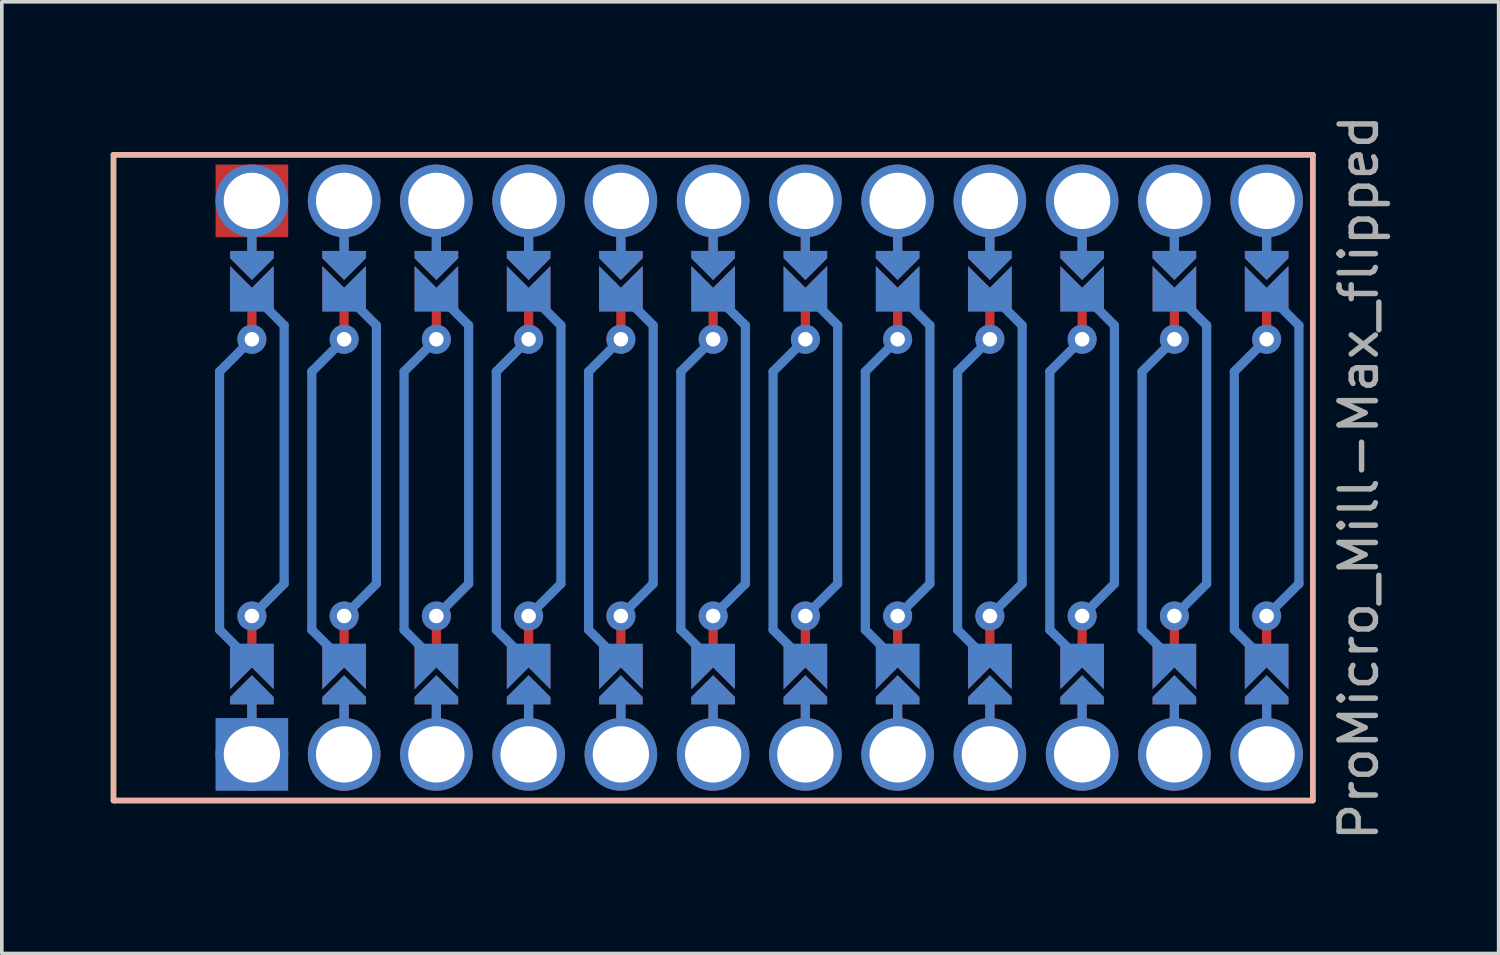
<source format=kicad_pcb>
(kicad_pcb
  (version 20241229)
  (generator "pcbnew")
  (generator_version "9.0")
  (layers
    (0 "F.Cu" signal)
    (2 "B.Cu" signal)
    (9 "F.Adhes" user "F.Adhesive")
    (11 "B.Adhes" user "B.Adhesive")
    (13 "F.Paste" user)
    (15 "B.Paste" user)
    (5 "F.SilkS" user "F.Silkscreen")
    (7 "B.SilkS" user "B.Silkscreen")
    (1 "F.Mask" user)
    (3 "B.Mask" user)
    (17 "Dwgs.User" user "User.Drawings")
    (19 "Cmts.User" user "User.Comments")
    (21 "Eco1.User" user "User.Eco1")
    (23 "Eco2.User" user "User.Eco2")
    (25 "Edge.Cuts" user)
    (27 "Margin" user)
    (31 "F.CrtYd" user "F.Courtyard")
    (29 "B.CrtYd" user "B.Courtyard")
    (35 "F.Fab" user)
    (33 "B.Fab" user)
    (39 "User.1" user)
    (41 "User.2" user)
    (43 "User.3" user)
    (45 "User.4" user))
  (footprint "ProMicro_Mill-Max_flipped"
    (layer "F.Cu")
    (at 17.855 10.101)
    (property "Reference" "ProMicro_Mill-Max_flipped" (at 16.51 0 90) (layer "F.Fab") (effects (font (size 1 1) (thickness 0.15))))
    (attr through_hole)
    (fp_line (start -13.97 -7.62) (end -13.97 -5.842) (stroke (width 0.254) (type default)) (layer "F.Cu"))
    (fp_line (start -13.97 -3.81) (end -13.97 -5.08) (stroke (width 0.254) (type default)) (layer "F.Cu"))
    (fp_line (start -13.97 3.81) (end -13.97 5.08) (stroke (width 0.254) (type default)) (layer "F.Cu"))
    (fp_line (start -13.97 7.62) (end -13.97 5.842) (stroke (width 0.254) (type default)) (layer "F.Cu"))
    (fp_line (start -11.43 -7.62) (end -11.43 -5.842) (stroke (width 0.254) (type default)) (layer "F.Cu"))
    (fp_line (start -11.43 -3.81) (end -11.43 -5.08) (stroke (width 0.254) (type default)) (layer "F.Cu"))
    (fp_line (start -11.43 3.81) (end -11.43 5.08) (stroke (width 0.254) (type default)) (layer "F.Cu"))
    (fp_line (start -11.43 7.62) (end -11.43 5.842) (stroke (width 0.254) (type default)) (layer "F.Cu"))
    (fp_line (start -8.89 -7.62) (end -8.89 -5.842) (stroke (width 0.254) (type default)) (layer "F.Cu"))
    (fp_line (start -8.89 -3.81) (end -8.89 -5.08) (stroke (width 0.254) (type default)) (layer "F.Cu"))
    (fp_line (start -8.89 3.81) (end -8.89 5.08) (stroke (width 0.254) (type default)) (layer "F.Cu"))
    (fp_line (start -8.89 7.62) (end -8.89 5.842) (stroke (width 0.254) (type default)) (layer "F.Cu"))
    (fp_line (start -6.35 -7.62) (end -6.35 -5.842) (stroke (width 0.254) (type default)) (layer "F.Cu"))
    (fp_line (start -6.35 -3.81) (end -6.35 -5.08) (stroke (width 0.254) (type default)) (layer "F.Cu"))
    (fp_line (start -6.35 3.81) (end -6.35 5.08) (stroke (width 0.254) (type default)) (layer "F.Cu"))
    (fp_line (start -6.35 7.62) (end -6.35 5.842) (stroke (width 0.254) (type default)) (layer "F.Cu"))
    (fp_line (start -3.81 -7.62) (end -3.81 -5.842) (stroke (width 0.254) (type default)) (layer "F.Cu"))
    (fp_line (start -3.81 -3.81) (end -3.81 -5.08) (stroke (width 0.254) (type default)) (layer "F.Cu"))
    (fp_line (start -3.81 3.81) (end -3.81 5.08) (stroke (width 0.254) (type default)) (layer "F.Cu"))
    (fp_line (start -3.81 7.62) (end -3.81 5.842) (stroke (width 0.254) (type default)) (layer "F.Cu"))
    (fp_line (start -1.27 -7.62) (end -1.27 -5.842) (stroke (width 0.254) (type default)) (layer "F.Cu"))
    (fp_line (start -1.27 -3.81) (end -1.27 -5.08) (stroke (width 0.254) (type default)) (layer "F.Cu"))
    (fp_line (start -1.27 3.81) (end -1.27 5.08) (stroke (width 0.254) (type default)) (layer "F.Cu"))
    (fp_line (start -1.27 7.62) (end -1.27 5.842) (stroke (width 0.254) (type default)) (layer "F.Cu"))
    (fp_line (start 1.27 -7.62) (end 1.27 -5.842) (stroke (width 0.254) (type default)) (layer "F.Cu"))
    (fp_line (start 1.27 -3.81) (end 1.27 -5.08) (stroke (width 0.254) (type default)) (layer "F.Cu"))
    (fp_line (start 1.27 3.81) (end 1.27 5.08) (stroke (width 0.254) (type default)) (layer "F.Cu"))
    (fp_line (start 1.27 7.62) (end 1.27 5.842) (stroke (width 0.254) (type default)) (layer "F.Cu"))
    (fp_line (start 3.81 -7.62) (end 3.81 -5.842) (stroke (width 0.254) (type default)) (layer "F.Cu"))
    (fp_line (start 3.81 -3.81) (end 3.81 -5.08) (stroke (width 0.254) (type default)) (layer "F.Cu"))
    (fp_line (start 3.81 3.81) (end 3.81 5.08) (stroke (width 0.254) (type default)) (layer "F.Cu"))
    (fp_line (start 3.81 7.62) (end 3.81 5.842) (stroke (width 0.254) (type default)) (layer "F.Cu"))
    (fp_line (start 6.35 -7.62) (end 6.35 -5.842) (stroke (width 0.254) (type default)) (layer "F.Cu"))
    (fp_line (start 6.35 -3.81) (end 6.35 -5.08) (stroke (width 0.254) (type default)) (layer "F.Cu"))
    (fp_line (start 6.35 3.81) (end 6.35 5.08) (stroke (width 0.254) (type default)) (layer "F.Cu"))
    (fp_line (start 6.35 7.62) (end 6.35 5.842) (stroke (width 0.254) (type default)) (layer "F.Cu"))
    (fp_line (start 8.89 -7.62) (end 8.89 -5.842) (stroke (width 0.254) (type default)) (layer "F.Cu"))
    (fp_line (start 8.89 -3.81) (end 8.89 -5.08) (stroke (width 0.254) (type default)) (layer "F.Cu"))
    (fp_line (start 8.89 3.81) (end 8.89 5.08) (stroke (width 0.254) (type default)) (layer "F.Cu"))
    (fp_line (start 8.89 7.62) (end 8.89 5.842) (stroke (width 0.254) (type default)) (layer "F.Cu"))
    (fp_line (start 11.43 -7.62) (end 11.43 -5.842) (stroke (width 0.254) (type default)) (layer "F.Cu"))
    (fp_line (start 11.43 -3.81) (end 11.43 -5.08) (stroke (width 0.254) (type default)) (layer "F.Cu"))
    (fp_line (start 11.43 3.81) (end 11.43 5.08) (stroke (width 0.254) (type default)) (layer "F.Cu"))
    (fp_line (start 11.43 7.62) (end 11.43 5.842) (stroke (width 0.254) (type default)) (layer "F.Cu"))
    (fp_line (start 13.97 -7.62) (end 13.97 -5.842) (stroke (width 0.254) (type default)) (layer "F.Cu"))
    (fp_line (start 13.97 -3.81) (end 13.97 -5.08) (stroke (width 0.254) (type default)) (layer "F.Cu"))
    (fp_line (start 13.97 3.81) (end 13.97 5.08) (stroke (width 0.254) (type default)) (layer "F.Cu"))
    (fp_line (start 13.97 7.62) (end 13.97 5.842) (stroke (width 0.254) (type default)) (layer "F.Cu"))
    (fp_poly (pts (xy -14.478 -5.08) (xy -13.462 -5.08) (xy -13.462 -6.096) (xy -14.478 -6.096)) (stroke (width 0.2) (type solid)) (fill yes) (layer "F.Mask"))
    (fp_poly (pts (xy -13.462 5.08) (xy -14.478 5.08) (xy -14.478 6.096) (xy -13.462 6.096)) (stroke (width 0.2) (type solid)) (fill yes) (layer "F.Mask"))
    (fp_poly (pts (xy -11.938 -5.08) (xy -10.922 -5.08) (xy -10.922 -6.096) (xy -11.938 -6.096)) (stroke (width 0.2) (type solid)) (fill yes) (layer "F.Mask"))
    (fp_poly (pts (xy -10.922 5.08) (xy -11.938 5.08) (xy -11.938 6.096) (xy -10.922 6.096)) (stroke (width 0.2) (type solid)) (fill yes) (layer "F.Mask"))
    (fp_poly (pts (xy -9.398 -5.08) (xy -8.382 -5.08) (xy -8.382 -6.096) (xy -9.398 -6.096)) (stroke (width 0.2) (type solid)) (fill yes) (layer "F.Mask"))
    (fp_poly (pts (xy -8.382 5.08) (xy -9.398 5.08) (xy -9.398 6.096) (xy -8.382 6.096)) (stroke (width 0.2) (type solid)) (fill yes) (layer "F.Mask"))
    (fp_poly (pts (xy -6.858 -5.08) (xy -5.842 -5.08) (xy -5.842 -6.096) (xy -6.858 -6.096)) (stroke (width 0.2) (type solid)) (fill yes) (layer "F.Mask"))
    (fp_poly (pts (xy -5.842 5.08) (xy -6.858 5.08) (xy -6.858 6.096) (xy -5.842 6.096)) (stroke (width 0.2) (type solid)) (fill yes) (layer "F.Mask"))
    (fp_poly (pts (xy -4.318 -5.08) (xy -3.302 -5.08) (xy -3.302 -6.096) (xy -4.318 -6.096)) (stroke (width 0.2) (type solid)) (fill yes) (layer "F.Mask"))
    (fp_poly (pts (xy -3.302 5.08) (xy -4.318 5.08) (xy -4.318 6.096) (xy -3.302 6.096)) (stroke (width 0.2) (type solid)) (fill yes) (layer "F.Mask"))
    (fp_poly (pts (xy -1.778 -5.08) (xy -0.762 -5.08) (xy -0.762 -6.096) (xy -1.778 -6.096)) (stroke (width 0.2) (type solid)) (fill yes) (layer "F.Mask"))
    (fp_poly (pts (xy -0.762 5.08) (xy -1.778 5.08) (xy -1.778 6.096) (xy -0.762 6.096)) (stroke (width 0.2) (type solid)) (fill yes) (layer "F.Mask"))
    (fp_poly (pts (xy 0.762 -5.08) (xy 1.778 -5.08) (xy 1.778 -6.096) (xy 0.762 -6.096)) (stroke (width 0.2) (type solid)) (fill yes) (layer "F.Mask"))
    (fp_poly (pts (xy 1.778 5.08) (xy 0.762 5.08) (xy 0.762 6.096) (xy 1.778 6.096)) (stroke (width 0.2) (type solid)) (fill yes) (layer "F.Mask"))
    (fp_poly (pts (xy 3.302 -5.08) (xy 4.318 -5.08) (xy 4.318 -6.096) (xy 3.302 -6.096)) (stroke (width 0.2) (type solid)) (fill yes) (layer "F.Mask"))
    (fp_poly (pts (xy 4.318 5.08) (xy 3.302 5.08) (xy 3.302 6.096) (xy 4.318 6.096)) (stroke (width 0.2) (type solid)) (fill yes) (layer "F.Mask"))
    (fp_poly (pts (xy 5.842 -5.08) (xy 6.858 -5.08) (xy 6.858 -6.096) (xy 5.842 -6.096)) (stroke (width 0.2) (type solid)) (fill yes) (layer "F.Mask"))
    (fp_poly (pts (xy 6.858 5.08) (xy 5.842 5.08) (xy 5.842 6.096) (xy 6.858 6.096)) (stroke (width 0.2) (type solid)) (fill yes) (layer "F.Mask"))
    (fp_poly (pts (xy 8.382 -5.08) (xy 9.398 -5.08) (xy 9.398 -6.096) (xy 8.382 -6.096)) (stroke (width 0.2) (type solid)) (fill yes) (layer "F.Mask"))
    (fp_poly (pts (xy 9.398 5.08) (xy 8.382 5.08) (xy 8.382 6.096) (xy 9.398 6.096)) (stroke (width 0.2) (type solid)) (fill yes) (layer "F.Mask"))
    (fp_poly (pts (xy 10.922 -5.08) (xy 11.938 -5.08) (xy 11.938 -6.096) (xy 10.922 -6.096)) (stroke (width 0.2) (type solid)) (fill yes) (layer "F.Mask"))
    (fp_poly (pts (xy 11.938 5.08) (xy 10.922 5.08) (xy 10.922 6.096) (xy 11.938 6.096)) (stroke (width 0.2) (type solid)) (fill yes) (layer "F.Mask"))
    (fp_poly (pts (xy 13.462 -5.08) (xy 14.478 -5.08) (xy 14.478 -6.096) (xy 13.462 -6.096)) (stroke (width 0.2) (type solid)) (fill yes) (layer "F.Mask"))
    (fp_poly (pts (xy 14.478 5.08) (xy 13.462 5.08) (xy 13.462 6.096) (xy 14.478 6.096)) (stroke (width 0.2) (type solid)) (fill yes) (layer "F.Mask"))
    (fp_line (start -14.859 -2.921) (end -14.859 4.191) (stroke (width 0.254) (type default)) (layer "B.Cu"))
    (fp_line (start -14.859 -2.921) (end -13.97 -3.81) (stroke (width 0.254) (type default)) (layer "B.Cu"))
    (fp_line (start -14.859 4.191) (end -13.97 5.08) (stroke (width 0.254) (type default)) (layer "B.Cu"))
    (fp_line (start -13.97 -7.62) (end -13.97 -5.842) (stroke (width 0.254) (type default)) (layer "B.Cu"))
    (fp_line (start -13.97 7.62) (end -13.97 5.842) (stroke (width 0.254) (type default)) (layer "B.Cu"))
    (fp_line (start -13.081 -4.191) (end -13.97 -5.08) (stroke (width 0.254) (type default)) (layer "B.Cu"))
    (fp_line (start -13.081 2.921) (end -13.97 3.81) (stroke (width 0.254) (type default)) (layer "B.Cu"))
    (fp_line (start -13.081 2.921) (end -13.081 -4.191) (stroke (width 0.254) (type default)) (layer "B.Cu"))
    (fp_line (start -12.319 -2.921) (end -12.319 4.191) (stroke (width 0.254) (type default)) (layer "B.Cu"))
    (fp_line (start -12.319 -2.921) (end -11.43 -3.81) (stroke (width 0.254) (type default)) (layer "B.Cu"))
    (fp_line (start -12.319 4.191) (end -11.43 5.08) (stroke (width 0.254) (type default)) (layer "B.Cu"))
    (fp_line (start -11.43 -7.62) (end -11.43 -5.842) (stroke (width 0.254) (type default)) (layer "B.Cu"))
    (fp_line (start -11.43 7.62) (end -11.43 5.842) (stroke (width 0.254) (type default)) (layer "B.Cu"))
    (fp_line (start -10.541 -4.191) (end -11.43 -5.08) (stroke (width 0.254) (type default)) (layer "B.Cu"))
    (fp_line (start -10.541 2.921) (end -11.43 3.81) (stroke (width 0.254) (type default)) (layer "B.Cu"))
    (fp_line (start -10.541 2.921) (end -10.541 -4.191) (stroke (width 0.254) (type default)) (layer "B.Cu"))
    (fp_line (start -9.779 -2.921) (end -9.779 4.191) (stroke (width 0.254) (type default)) (layer "B.Cu"))
    (fp_line (start -9.779 -2.921) (end -8.89 -3.81) (stroke (width 0.254) (type default)) (layer "B.Cu"))
    (fp_line (start -9.779 4.191) (end -8.89 5.08) (stroke (width 0.254) (type default)) (layer "B.Cu"))
    (fp_line (start -8.89 -7.62) (end -8.89 -5.842) (stroke (width 0.254) (type default)) (layer "B.Cu"))
    (fp_line (start -8.89 7.62) (end -8.89 5.842) (stroke (width 0.254) (type default)) (layer "B.Cu"))
    (fp_line (start -8.001 -4.191) (end -8.89 -5.08) (stroke (width 0.254) (type default)) (layer "B.Cu"))
    (fp_line (start -8.001 2.921) (end -8.89 3.81) (stroke (width 0.254) (type default)) (layer "B.Cu"))
    (fp_line (start -8.001 2.921) (end -8.001 -4.191) (stroke (width 0.254) (type default)) (layer "B.Cu"))
    (fp_line (start -7.239 -2.921) (end -7.239 4.191) (stroke (width 0.254) (type default)) (layer "B.Cu"))
    (fp_line (start -7.239 -2.921) (end -6.35 -3.81) (stroke (width 0.254) (type default)) (layer "B.Cu"))
    (fp_line (start -7.239 4.191) (end -6.35 5.08) (stroke (width 0.254) (type default)) (layer "B.Cu"))
    (fp_line (start -6.35 -7.62) (end -6.35 -5.842) (stroke (width 0.254) (type default)) (layer "B.Cu"))
    (fp_line (start -6.35 7.62) (end -6.35 5.842) (stroke (width 0.254) (type default)) (layer "B.Cu"))
    (fp_line (start -5.461 -4.191) (end -6.35 -5.08) (stroke (width 0.254) (type default)) (layer "B.Cu"))
    (fp_line (start -5.461 2.921) (end -6.35 3.81) (stroke (width 0.254) (type default)) (layer "B.Cu"))
    (fp_line (start -5.461 2.921) (end -5.461 -4.191) (stroke (width 0.254) (type default)) (layer "B.Cu"))
    (fp_line (start -4.699 -2.921) (end -4.699 4.191) (stroke (width 0.254) (type default)) (layer "B.Cu"))
    (fp_line (start -4.699 -2.921) (end -3.81 -3.81) (stroke (width 0.254) (type default)) (layer "B.Cu"))
    (fp_line (start -4.699 4.191) (end -3.81 5.08) (stroke (width 0.254) (type default)) (layer "B.Cu"))
    (fp_line (start -3.81 -7.62) (end -3.81 -5.842) (stroke (width 0.254) (type default)) (layer "B.Cu"))
    (fp_line (start -3.81 7.62) (end -3.81 5.842) (stroke (width 0.254) (type default)) (layer "B.Cu"))
    (fp_line (start -2.921 -4.191) (end -3.81 -5.08) (stroke (width 0.254) (type default)) (layer "B.Cu"))
    (fp_line (start -2.921 2.921) (end -3.81 3.81) (stroke (width 0.254) (type default)) (layer "B.Cu"))
    (fp_line (start -2.921 2.921) (end -2.921 -4.191) (stroke (width 0.254) (type default)) (layer "B.Cu"))
    (fp_line (start -2.159 -2.921) (end -2.159 4.191) (stroke (width 0.254) (type default)) (layer "B.Cu"))
    (fp_line (start -2.159 -2.921) (end -1.27 -3.81) (stroke (width 0.254) (type default)) (layer "B.Cu"))
    (fp_line (start -2.159 4.191) (end -1.27 5.08) (stroke (width 0.254) (type default)) (layer "B.Cu"))
    (fp_line (start -1.27 -7.62) (end -1.27 -5.842) (stroke (width 0.254) (type default)) (layer "B.Cu"))
    (fp_line (start -1.27 7.62) (end -1.27 5.842) (stroke (width 0.254) (type default)) (layer "B.Cu"))
    (fp_line (start -0.381 -4.191) (end -1.27 -5.08) (stroke (width 0.254) (type default)) (layer "B.Cu"))
    (fp_line (start -0.381 2.921) (end -1.27 3.81) (stroke (width 0.254) (type default)) (layer "B.Cu"))
    (fp_line (start -0.381 2.921) (end -0.381 -4.191) (stroke (width 0.254) (type default)) (layer "B.Cu"))
    (fp_line (start 0.381 -2.921) (end 0.381 4.191) (stroke (width 0.254) (type default)) (layer "B.Cu"))
    (fp_line (start 0.381 -2.921) (end 1.27 -3.81) (stroke (width 0.254) (type default)) (layer "B.Cu"))
    (fp_line (start 0.381 4.191) (end 1.27 5.08) (stroke (width 0.254) (type default)) (layer "B.Cu"))
    (fp_line (start 1.27 -7.62) (end 1.27 -5.842) (stroke (width 0.254) (type default)) (layer "B.Cu"))
    (fp_line (start 1.27 7.62) (end 1.27 5.842) (stroke (width 0.254) (type default)) (layer "B.Cu"))
    (fp_line (start 2.159 -4.191) (end 1.27 -5.08) (stroke (width 0.254) (type default)) (layer "B.Cu"))
    (fp_line (start 2.159 2.921) (end 1.27 3.81) (stroke (width 0.254) (type default)) (layer "B.Cu"))
    (fp_line (start 2.159 2.921) (end 2.159 -4.191) (stroke (width 0.254) (type default)) (layer "B.Cu"))
    (fp_line (start 2.921 -2.921) (end 2.921 4.191) (stroke (width 0.254) (type default)) (layer "B.Cu"))
    (fp_line (start 2.921 -2.921) (end 3.81 -3.81) (stroke (width 0.254) (type default)) (layer "B.Cu"))
    (fp_line (start 2.921 4.191) (end 3.81 5.08) (stroke (width 0.254) (type default)) (layer "B.Cu"))
    (fp_line (start 3.81 -7.62) (end 3.81 -5.842) (stroke (width 0.254) (type default)) (layer "B.Cu"))
    (fp_line (start 3.81 7.62) (end 3.81 5.842) (stroke (width 0.254) (type default)) (layer "B.Cu"))
    (fp_line (start 4.699 -4.191) (end 3.81 -5.08) (stroke (width 0.254) (type default)) (layer "B.Cu"))
    (fp_line (start 4.699 2.921) (end 3.81 3.81) (stroke (width 0.254) (type default)) (layer "B.Cu"))
    (fp_line (start 4.699 2.921) (end 4.699 -4.191) (stroke (width 0.254) (type default)) (layer "B.Cu"))
    (fp_line (start 5.461 -2.921) (end 5.461 4.191) (stroke (width 0.254) (type default)) (layer "B.Cu"))
    (fp_line (start 5.461 -2.921) (end 6.35 -3.81) (stroke (width 0.254) (type default)) (layer "B.Cu"))
    (fp_line (start 5.461 4.191) (end 6.35 5.08) (stroke (width 0.254) (type default)) (layer "B.Cu"))
    (fp_line (start 6.35 -7.62) (end 6.35 -5.842) (stroke (width 0.254) (type default)) (layer "B.Cu"))
    (fp_line (start 6.35 7.62) (end 6.35 5.842) (stroke (width 0.254) (type default)) (layer "B.Cu"))
    (fp_line (start 7.239 -4.191) (end 6.35 -5.08) (stroke (width 0.254) (type default)) (layer "B.Cu"))
    (fp_line (start 7.239 2.921) (end 6.35 3.81) (stroke (width 0.254) (type default)) (layer "B.Cu"))
    (fp_line (start 7.239 2.921) (end 7.239 -4.191) (stroke (width 0.254) (type default)) (layer "B.Cu"))
    (fp_line (start 8.001 -2.921) (end 8.001 4.191) (stroke (width 0.254) (type default)) (layer "B.Cu"))
    (fp_line (start 8.001 -2.921) (end 8.89 -3.81) (stroke (width 0.254) (type default)) (layer "B.Cu"))
    (fp_line (start 8.001 4.191) (end 8.89 5.08) (stroke (width 0.254) (type default)) (layer "B.Cu"))
    (fp_line (start 8.89 -7.62) (end 8.89 -5.842) (stroke (width 0.254) (type default)) (layer "B.Cu"))
    (fp_line (start 8.89 7.62) (end 8.89 5.842) (stroke (width 0.254) (type default)) (layer "B.Cu"))
    (fp_line (start 9.779 -4.191) (end 8.89 -5.08) (stroke (width 0.254) (type default)) (layer "B.Cu"))
    (fp_line (start 9.779 2.921) (end 8.89 3.81) (stroke (width 0.254) (type default)) (layer "B.Cu"))
    (fp_line (start 9.779 2.921) (end 9.779 -4.191) (stroke (width 0.254) (type default)) (layer "B.Cu"))
    (fp_line (start 10.541 -2.921) (end 10.541 4.191) (stroke (width 0.254) (type default)) (layer "B.Cu"))
    (fp_line (start 10.541 -2.921) (end 11.43 -3.81) (stroke (width 0.254) (type default)) (layer "B.Cu"))
    (fp_line (start 10.541 4.191) (end 11.43 5.08) (stroke (width 0.254) (type default)) (layer "B.Cu"))
    (fp_line (start 11.43 -7.62) (end 11.43 -5.842) (stroke (width 0.254) (type default)) (layer "B.Cu"))
    (fp_line (start 11.43 7.62) (end 11.43 5.842) (stroke (width 0.254) (type default)) (layer "B.Cu"))
    (fp_line (start 12.319 -4.191) (end 11.43 -5.08) (stroke (width 0.254) (type default)) (layer "B.Cu"))
    (fp_line (start 12.319 2.921) (end 11.43 3.81) (stroke (width 0.254) (type default)) (layer "B.Cu"))
    (fp_line (start 12.319 2.921) (end 12.319 -4.191) (stroke (width 0.254) (type default)) (layer "B.Cu"))
    (fp_line (start 13.081 -2.921) (end 13.081 4.191) (stroke (width 0.254) (type default)) (layer "B.Cu"))
    (fp_line (start 13.081 -2.921) (end 13.97 -3.81) (stroke (width 0.254) (type default)) (layer "B.Cu"))
    (fp_line (start 13.081 4.191) (end 13.97 5.08) (stroke (width 0.254) (type default)) (layer "B.Cu"))
    (fp_line (start 13.97 -7.62) (end 13.97 -5.842) (stroke (width 0.254) (type default)) (layer "B.Cu"))
    (fp_line (start 13.97 7.62) (end 13.97 5.842) (stroke (width 0.254) (type default)) (layer "B.Cu"))
    (fp_line (start 14.859 -4.191) (end 13.97 -5.08) (stroke (width 0.254) (type default)) (layer "B.Cu"))
    (fp_line (start 14.859 2.921) (end 13.97 3.81) (stroke (width 0.254) (type default)) (layer "B.Cu"))
    (fp_line (start 14.859 2.921) (end 14.859 -4.191) (stroke (width 0.254) (type default)) (layer "B.Cu"))
    (fp_poly (pts (xy -14.478 -5.08) (xy -13.462 -5.08) (xy -13.462 -6.096) (xy -14.478 -6.096)) (stroke (width 0.2) (type solid)) (fill yes) (layer "B.Mask"))
    (fp_poly (pts (xy -13.462 5.08) (xy -14.478 5.08) (xy -14.478 6.096) (xy -13.462 6.096)) (stroke (width 0.2) (type solid)) (fill yes) (layer "B.Mask"))
    (fp_poly (pts (xy -11.938 -5.08) (xy -10.922 -5.08) (xy -10.922 -6.096) (xy -11.938 -6.096)) (stroke (width 0.2) (type solid)) (fill yes) (layer "B.Mask"))
    (fp_poly (pts (xy -10.922 5.08) (xy -11.938 5.08) (xy -11.938 6.096) (xy -10.922 6.096)) (stroke (width 0.2) (type solid)) (fill yes) (layer "B.Mask"))
    (fp_poly (pts (xy -9.398 -5.08) (xy -8.382 -5.08) (xy -8.382 -6.096) (xy -9.398 -6.096)) (stroke (width 0.2) (type solid)) (fill yes) (layer "B.Mask"))
    (fp_poly (pts (xy -8.382 5.08) (xy -9.398 5.08) (xy -9.398 6.096) (xy -8.382 6.096)) (stroke (width 0.2) (type solid)) (fill yes) (layer "B.Mask"))
    (fp_poly (pts (xy -6.858 -5.08) (xy -5.842 -5.08) (xy -5.842 -6.096) (xy -6.858 -6.096)) (stroke (width 0.2) (type solid)) (fill yes) (layer "B.Mask"))
    (fp_poly (pts (xy -5.842 5.08) (xy -6.858 5.08) (xy -6.858 6.096) (xy -5.842 6.096)) (stroke (width 0.2) (type solid)) (fill yes) (layer "B.Mask"))
    (fp_poly (pts (xy -4.318 -5.08) (xy -3.302 -5.08) (xy -3.302 -6.096) (xy -4.318 -6.096)) (stroke (width 0.2) (type solid)) (fill yes) (layer "B.Mask"))
    (fp_poly (pts (xy -3.302 5.08) (xy -4.318 5.08) (xy -4.318 6.096) (xy -3.302 6.096)) (stroke (width 0.2) (type solid)) (fill yes) (layer "B.Mask"))
    (fp_poly (pts (xy -1.778 -5.08) (xy -0.762 -5.08) (xy -0.762 -6.096) (xy -1.778 -6.096)) (stroke (width 0.2) (type solid)) (fill yes) (layer "B.Mask"))
    (fp_poly (pts (xy -0.762 5.08) (xy -1.778 5.08) (xy -1.778 6.096) (xy -0.762 6.096)) (stroke (width 0.2) (type solid)) (fill yes) (layer "B.Mask"))
    (fp_poly (pts (xy 0.762 -5.08) (xy 1.778 -5.08) (xy 1.778 -6.096) (xy 0.762 -6.096)) (stroke (width 0.2) (type solid)) (fill yes) (layer "B.Mask"))
    (fp_poly (pts (xy 1.778 5.08) (xy 0.762 5.08) (xy 0.762 6.096) (xy 1.778 6.096)) (stroke (width 0.2) (type solid)) (fill yes) (layer "B.Mask"))
    (fp_poly (pts (xy 3.302 -5.08) (xy 4.318 -5.08) (xy 4.318 -6.096) (xy 3.302 -6.096)) (stroke (width 0.2) (type solid)) (fill yes) (layer "B.Mask"))
    (fp_poly (pts (xy 4.318 5.08) (xy 3.302 5.08) (xy 3.302 6.096) (xy 4.318 6.096)) (stroke (width 0.2) (type solid)) (fill yes) (layer "B.Mask"))
    (fp_poly (pts (xy 5.842 -5.08) (xy 6.858 -5.08) (xy 6.858 -6.096) (xy 5.842 -6.096)) (stroke (width 0.2) (type solid)) (fill yes) (layer "B.Mask"))
    (fp_poly (pts (xy 6.858 5.08) (xy 5.842 5.08) (xy 5.842 6.096) (xy 6.858 6.096)) (stroke (width 0.2) (type solid)) (fill yes) (layer "B.Mask"))
    (fp_poly (pts (xy 8.382 -5.08) (xy 9.398 -5.08) (xy 9.398 -6.096) (xy 8.382 -6.096)) (stroke (width 0.2) (type solid)) (fill yes) (layer "B.Mask"))
    (fp_poly (pts (xy 9.398 5.08) (xy 8.382 5.08) (xy 8.382 6.096) (xy 9.398 6.096)) (stroke (width 0.2) (type solid)) (fill yes) (layer "B.Mask"))
    (fp_poly (pts (xy 10.922 -5.08) (xy 11.938 -5.08) (xy 11.938 -6.096) (xy 10.922 -6.096)) (stroke (width 0.2) (type solid)) (fill yes) (layer "B.Mask"))
    (fp_poly (pts (xy 11.938 5.08) (xy 10.922 5.08) (xy 10.922 6.096) (xy 11.938 6.096)) (stroke (width 0.2) (type solid)) (fill yes) (layer "B.Mask"))
    (fp_poly (pts (xy 13.462 -5.08) (xy 14.478 -5.08) (xy 14.478 -6.096) (xy 13.462 -6.096)) (stroke (width 0.2) (type solid)) (fill yes) (layer "B.Mask"))
    (fp_poly (pts (xy 14.478 5.08) (xy 13.462 5.08) (xy 13.462 6.096) (xy 14.478 6.096)) (stroke (width 0.2) (type solid)) (fill yes) (layer "B.Mask"))
    (fp_line (start -17.78 -8.89) (end 15.24 -8.89) (stroke (width 0.15) (type solid)) (layer "F.SilkS"))
    (fp_line (start -17.78 8.89) (end -17.78 -8.89) (stroke (width 0.15) (type solid)) (layer "F.SilkS"))
    (fp_line (start -17.78 8.89) (end 15.24 8.89) (stroke (width 0.15) (type solid)) (layer "F.SilkS"))
    (fp_line (start 15.24 -8.89) (end 15.24 8.89) (stroke (width 0.15) (type solid)) (layer "F.SilkS"))
    (fp_line (start -17.78 -8.89) (end 15.24 -8.89) (stroke (width 0.15) (type solid)) (layer "B.SilkS"))
    (fp_line (start -17.78 8.89) (end -17.78 -8.89) (stroke (width 0.15) (type solid)) (layer "B.SilkS"))
    (fp_line (start -17.78 8.89) (end 15.24 8.89) (stroke (width 0.15) (type solid)) (layer "B.SilkS"))
    (fp_line (start 15.24 -8.89) (end 15.24 8.89) (stroke (width 0.15) (type solid)) (layer "B.SilkS"))
    (pad "" thru_hole circle (at -13.97 -7.62) (size 2 2) (drill 1.55) (layers "*.Cu" "*.Paste" "*.Mask"))
    (pad "" smd rect (at -13.97 -7.62 90) (size 2 2) (layers "F.Cu" "F.Mask" "F.Paste"))
    (pad "" smd custom (at -13.97 -5.842 180) (size 0.1 0.1) (layers "F.Cu" "F.Mask") (options (anchor rect)) (primitives (gr_poly (pts (xy 0.6 0.4) (xy -0.6 0.4) (xy -0.6 0.2) (xy 0 -0.4) (xy 0.6 0.2)) (width 0) (fill yes))))
    (pad "" smd custom (at -13.97 -5.842 180) (size 0.1 0.1) (layers "B.Cu" "B.Mask") (options (anchor rect)) (primitives (gr_poly (pts (xy 0.6 0.4) (xy -0.6 0.4) (xy -0.6 0.2) (xy 0 -0.4) (xy 0.6 0.2)) (width 0) (fill yes))))
    (pad "" smd custom (at -13.97 5.842) (size 0.1 0.1) (layers "F.Cu" "F.Mask") (options (anchor rect)) (primitives (gr_poly (pts (xy 0.6 0.4) (xy -0.6 0.4) (xy -0.6 0.2) (xy 0 -0.4) (xy 0.6 0.2)) (width 0) (fill yes))))
    (pad "" smd custom (at -13.97 5.842) (size 0.1 0.1) (layers "B.Cu" "B.Mask") (options (anchor rect)) (primitives (gr_poly (pts (xy 0.6 0.4) (xy -0.6 0.4) (xy -0.6 0.2) (xy 0 -0.4) (xy 0.6 0.2)) (width 0) (fill yes))))
    (pad "" thru_hole circle (at -13.97 7.62) (size 2 2) (drill 1.55) (layers "*.Cu" "*.Paste" "*.Mask"))
    (pad "" smd rect (at -13.97 7.62) (size 2 2) (layers "B.Cu" "B.Mask" "B.Paste"))
    (pad "" thru_hole circle (at -11.43 -7.62) (size 2 2) (drill 1.55) (layers "*.Cu" "*.Paste" "*.Mask"))
    (pad "" smd custom (at -11.43 -5.842 180) (size 0.1 0.1) (layers "F.Cu" "F.Mask") (options (anchor rect)) (primitives (gr_poly (pts (xy 0.6 0.4) (xy -0.6 0.4) (xy -0.6 0.2) (xy 0 -0.4) (xy 0.6 0.2)) (width 0) (fill yes))))
    (pad "" smd custom (at -11.43 -5.842 180) (size 0.1 0.1) (layers "B.Cu" "B.Mask") (options (anchor rect)) (primitives (gr_poly (pts (xy 0.6 0.4) (xy -0.6 0.4) (xy -0.6 0.2) (xy 0 -0.4) (xy 0.6 0.2)) (width 0) (fill yes))))
    (pad "" smd custom (at -11.43 5.842) (size 0.1 0.1) (layers "F.Cu" "F.Mask") (options (anchor rect)) (primitives (gr_poly (pts (xy 0.6 0.4) (xy -0.6 0.4) (xy -0.6 0.2) (xy 0 -0.4) (xy 0.6 0.2)) (width 0) (fill yes))))
    (pad "" smd custom (at -11.43 5.842) (size 0.1 0.1) (layers "B.Cu" "B.Mask") (options (anchor rect)) (primitives (gr_poly (pts (xy 0.6 0.4) (xy -0.6 0.4) (xy -0.6 0.2) (xy 0 -0.4) (xy 0.6 0.2)) (width 0) (fill yes))))
    (pad "" thru_hole circle (at -11.43 7.62) (size 2 2) (drill 1.55) (layers "*.Cu" "*.Paste" "*.Mask"))
    (pad "" thru_hole circle (at -8.89 -7.62) (size 2 2) (drill 1.55) (layers "*.Cu" "*.Paste" "*.Mask"))
    (pad "" smd custom (at -8.89 -5.842 180) (size 0.1 0.1) (layers "F.Cu" "F.Mask") (options (anchor rect)) (primitives (gr_poly (pts (xy 0.6 0.4) (xy -0.6 0.4) (xy -0.6 0.2) (xy 0 -0.4) (xy 0.6 0.2)) (width 0) (fill yes))))
    (pad "" smd custom (at -8.89 -5.842 180) (size 0.1 0.1) (layers "B.Cu" "B.Mask") (options (anchor rect)) (primitives (gr_poly (pts (xy 0.6 0.4) (xy -0.6 0.4) (xy -0.6 0.2) (xy 0 -0.4) (xy 0.6 0.2)) (width 0) (fill yes))))
    (pad "" smd custom (at -8.89 5.842) (size 0.1 0.1) (layers "F.Cu" "F.Mask") (options (anchor rect)) (primitives (gr_poly (pts (xy 0.6 0.4) (xy -0.6 0.4) (xy -0.6 0.2) (xy 0 -0.4) (xy 0.6 0.2)) (width 0) (fill yes))))
    (pad "" smd custom (at -8.89 5.842) (size 0.1 0.1) (layers "B.Cu" "B.Mask") (options (anchor rect)) (primitives (gr_poly (pts (xy 0.6 0.4) (xy -0.6 0.4) (xy -0.6 0.2) (xy 0 -0.4) (xy 0.6 0.2)) (width 0) (fill yes))))
    (pad "" thru_hole circle (at -8.89 7.62) (size 2 2) (drill 1.55) (layers "*.Cu" "*.Paste" "*.Mask"))
    (pad "" thru_hole circle (at -6.35 -7.62) (size 2 2) (drill 1.55) (layers "*.Cu" "*.Paste" "*.Mask"))
    (pad "" smd custom (at -6.35 -5.842 180) (size 0.1 0.1) (layers "F.Cu" "F.Mask") (options (anchor rect)) (primitives (gr_poly (pts (xy 0.6 0.4) (xy -0.6 0.4) (xy -0.6 0.2) (xy 0 -0.4) (xy 0.6 0.2)) (width 0) (fill yes))))
    (pad "" smd custom (at -6.35 -5.842 180) (size 0.1 0.1) (layers "B.Cu" "B.Mask") (options (anchor rect)) (primitives (gr_poly (pts (xy 0.6 0.4) (xy -0.6 0.4) (xy -0.6 0.2) (xy 0 -0.4) (xy 0.6 0.2)) (width 0) (fill yes))))
    (pad "" smd custom (at -6.35 5.842) (size 0.1 0.1) (layers "F.Cu" "F.Mask") (options (anchor rect)) (primitives (gr_poly (pts (xy 0.6 0.4) (xy -0.6 0.4) (xy -0.6 0.2) (xy 0 -0.4) (xy 0.6 0.2)) (width 0) (fill yes))))
    (pad "" smd custom (at -6.35 5.842) (size 0.1 0.1) (layers "B.Cu" "B.Mask") (options (anchor rect)) (primitives (gr_poly (pts (xy 0.6 0.4) (xy -0.6 0.4) (xy -0.6 0.2) (xy 0 -0.4) (xy 0.6 0.2)) (width 0) (fill yes))))
    (pad "" thru_hole circle (at -6.35 7.62) (size 2 2) (drill 1.55) (layers "*.Cu" "*.Paste" "*.Mask"))
    (pad "" thru_hole circle (at -3.81 -7.62) (size 2 2) (drill 1.55) (layers "*.Cu" "*.Paste" "*.Mask"))
    (pad "" smd custom (at -3.81 -5.842 180) (size 0.1 0.1) (layers "F.Cu" "F.Mask") (options (anchor rect)) (primitives (gr_poly (pts (xy 0.6 0.4) (xy -0.6 0.4) (xy -0.6 0.2) (xy 0 -0.4) (xy 0.6 0.2)) (width 0) (fill yes))))
    (pad "" smd custom (at -3.81 -5.842 180) (size 0.1 0.1) (layers "B.Cu" "B.Mask") (options (anchor rect)) (primitives (gr_poly (pts (xy 0.6 0.4) (xy -0.6 0.4) (xy -0.6 0.2) (xy 0 -0.4) (xy 0.6 0.2)) (width 0) (fill yes))))
    (pad "" smd custom (at -3.81 5.842) (size 0.1 0.1) (layers "F.Cu" "F.Mask") (options (anchor rect)) (primitives (gr_poly (pts (xy 0.6 0.4) (xy -0.6 0.4) (xy -0.6 0.2) (xy 0 -0.4) (xy 0.6 0.2)) (width 0) (fill yes))))
    (pad "" smd custom (at -3.81 5.842) (size 0.1 0.1) (layers "B.Cu" "B.Mask") (options (anchor rect)) (primitives (gr_poly (pts (xy 0.6 0.4) (xy -0.6 0.4) (xy -0.6 0.2) (xy 0 -0.4) (xy 0.6 0.2)) (width 0) (fill yes))))
    (pad "" thru_hole circle (at -3.81 7.62) (size 2 2) (drill 1.55) (layers "*.Cu" "*.Paste" "*.Mask"))
    (pad "" thru_hole circle (at -1.27 -7.62) (size 2 2) (drill 1.55) (layers "*.Cu" "*.Paste" "*.Mask"))
    (pad "" smd custom (at -1.27 -5.842 180) (size 0.1 0.1) (layers "F.Cu" "F.Mask") (options (anchor rect)) (primitives (gr_poly (pts (xy 0.6 0.4) (xy -0.6 0.4) (xy -0.6 0.2) (xy 0 -0.4) (xy 0.6 0.2)) (width 0) (fill yes))))
    (pad "" smd custom (at -1.27 -5.842 180) (size 0.1 0.1) (layers "B.Cu" "B.Mask") (options (anchor rect)) (primitives (gr_poly (pts (xy 0.6 0.4) (xy -0.6 0.4) (xy -0.6 0.2) (xy 0 -0.4) (xy 0.6 0.2)) (width 0) (fill yes))))
    (pad "" smd custom (at -1.27 5.842) (size 0.1 0.1) (layers "F.Cu" "F.Mask") (options (anchor rect)) (primitives (gr_poly (pts (xy 0.6 0.4) (xy -0.6 0.4) (xy -0.6 0.2) (xy 0 -0.4) (xy 0.6 0.2)) (width 0) (fill yes))))
    (pad "" smd custom (at -1.27 5.842) (size 0.1 0.1) (layers "B.Cu" "B.Mask") (options (anchor rect)) (primitives (gr_poly (pts (xy 0.6 0.4) (xy -0.6 0.4) (xy -0.6 0.2) (xy 0 -0.4) (xy 0.6 0.2)) (width 0) (fill yes))))
    (pad "" thru_hole circle (at -1.27 7.62) (size 2 2) (drill 1.55) (layers "*.Cu" "*.Paste" "*.Mask"))
    (pad "" thru_hole circle (at 1.27 -7.62) (size 2 2) (drill 1.55) (layers "*.Cu" "*.Paste" "*.Mask"))
    (pad "" smd custom (at 1.27 -5.842 180) (size 0.1 0.1) (layers "F.Cu" "F.Mask") (options (anchor rect)) (primitives (gr_poly (pts (xy 0.6 0.4) (xy -0.6 0.4) (xy -0.6 0.2) (xy 0 -0.4) (xy 0.6 0.2)) (width 0) (fill yes))))
    (pad "" smd custom (at 1.27 -5.842 180) (size 0.1 0.1) (layers "B.Cu" "B.Mask") (options (anchor rect)) (primitives (gr_poly (pts (xy 0.6 0.4) (xy -0.6 0.4) (xy -0.6 0.2) (xy 0 -0.4) (xy 0.6 0.2)) (width 0) (fill yes))))
    (pad "" smd custom (at 1.27 5.842) (size 0.1 0.1) (layers "F.Cu" "F.Mask") (options (anchor rect)) (primitives (gr_poly (pts (xy 0.6 0.4) (xy -0.6 0.4) (xy -0.6 0.2) (xy 0 -0.4) (xy 0.6 0.2)) (width 0) (fill yes))))
    (pad "" smd custom (at 1.27 5.842) (size 0.1 0.1) (layers "B.Cu" "B.Mask") (options (anchor rect)) (primitives (gr_poly (pts (xy 0.6 0.4) (xy -0.6 0.4) (xy -0.6 0.2) (xy 0 -0.4) (xy 0.6 0.2)) (width 0) (fill yes))))
    (pad "" thru_hole circle (at 1.27 7.62) (size 2 2) (drill 1.55) (layers "*.Cu" "*.Paste" "*.Mask"))
    (pad "" thru_hole circle (at 3.81 -7.62) (size 2 2) (drill 1.55) (layers "*.Cu" "*.Paste" "*.Mask"))
    (pad "" smd custom (at 3.81 -5.842 180) (size 0.1 0.1) (layers "F.Cu" "F.Mask") (options (anchor rect)) (primitives (gr_poly (pts (xy 0.6 0.4) (xy -0.6 0.4) (xy -0.6 0.2) (xy 0 -0.4) (xy 0.6 0.2)) (width 0) (fill yes))))
    (pad "" smd custom (at 3.81 -5.842 180) (size 0.1 0.1) (layers "B.Cu" "B.Mask") (options (anchor rect)) (primitives (gr_poly (pts (xy 0.6 0.4) (xy -0.6 0.4) (xy -0.6 0.2) (xy 0 -0.4) (xy 0.6 0.2)) (width 0) (fill yes))))
    (pad "" smd custom (at 3.81 5.842) (size 0.1 0.1) (layers "F.Cu" "F.Mask") (options (anchor rect)) (primitives (gr_poly (pts (xy 0.6 0.4) (xy -0.6 0.4) (xy -0.6 0.2) (xy 0 -0.4) (xy 0.6 0.2)) (width 0) (fill yes))))
    (pad "" smd custom (at 3.81 5.842) (size 0.1 0.1) (layers "B.Cu" "B.Mask") (options (anchor rect)) (primitives (gr_poly (pts (xy 0.6 0.4) (xy -0.6 0.4) (xy -0.6 0.2) (xy 0 -0.4) (xy 0.6 0.2)) (width 0) (fill yes))))
    (pad "" thru_hole circle (at 3.81 7.62) (size 2 2) (drill 1.55) (layers "*.Cu" "*.Paste" "*.Mask"))
    (pad "" thru_hole circle (at 6.35 -7.62) (size 2 2) (drill 1.55) (layers "*.Cu" "*.Paste" "*.Mask"))
    (pad "" smd custom (at 6.35 -5.842 180) (size 0.1 0.1) (layers "F.Cu" "F.Mask") (options (anchor rect)) (primitives (gr_poly (pts (xy 0.6 0.4) (xy -0.6 0.4) (xy -0.6 0.2) (xy 0 -0.4) (xy 0.6 0.2)) (width 0) (fill yes))))
    (pad "" smd custom (at 6.35 -5.842 180) (size 0.1 0.1) (layers "B.Cu" "B.Mask") (options (anchor rect)) (primitives (gr_poly (pts (xy 0.6 0.4) (xy -0.6 0.4) (xy -0.6 0.2) (xy 0 -0.4) (xy 0.6 0.2)) (width 0) (fill yes))))
    (pad "" smd custom (at 6.35 5.842) (size 0.1 0.1) (layers "F.Cu" "F.Mask") (options (anchor rect)) (primitives (gr_poly (pts (xy 0.6 0.4) (xy -0.6 0.4) (xy -0.6 0.2) (xy 0 -0.4) (xy 0.6 0.2)) (width 0) (fill yes))))
    (pad "" smd custom (at 6.35 5.842) (size 0.1 0.1) (layers "B.Cu" "B.Mask") (options (anchor rect)) (primitives (gr_poly (pts (xy 0.6 0.4) (xy -0.6 0.4) (xy -0.6 0.2) (xy 0 -0.4) (xy 0.6 0.2)) (width 0) (fill yes))))
    (pad "" thru_hole circle (at 6.35 7.62) (size 2 2) (drill 1.55) (layers "*.Cu" "*.Paste" "*.Mask"))
    (pad "" thru_hole circle (at 8.89 -7.62) (size 2 2) (drill 1.55) (layers "*.Cu" "*.Paste" "*.Mask"))
    (pad "" smd custom (at 8.89 -5.842 180) (size 0.1 0.1) (layers "F.Cu" "F.Mask") (options (anchor rect)) (primitives (gr_poly (pts (xy 0.6 0.4) (xy -0.6 0.4) (xy -0.6 0.2) (xy 0 -0.4) (xy 0.6 0.2)) (width 0) (fill yes))))
    (pad "" smd custom (at 8.89 -5.842 180) (size 0.1 0.1) (layers "B.Cu" "B.Mask") (options (anchor rect)) (primitives (gr_poly (pts (xy 0.6 0.4) (xy -0.6 0.4) (xy -0.6 0.2) (xy 0 -0.4) (xy 0.6 0.2)) (width 0) (fill yes))))
    (pad "" smd custom (at 8.89 5.842) (size 0.1 0.1) (layers "F.Cu" "F.Mask") (options (anchor rect)) (primitives (gr_poly (pts (xy 0.6 0.4) (xy -0.6 0.4) (xy -0.6 0.2) (xy 0 -0.4) (xy 0.6 0.2)) (width 0) (fill yes))))
    (pad "" smd custom (at 8.89 5.842) (size 0.1 0.1) (layers "B.Cu" "B.Mask") (options (anchor rect)) (primitives (gr_poly (pts (xy 0.6 0.4) (xy -0.6 0.4) (xy -0.6 0.2) (xy 0 -0.4) (xy 0.6 0.2)) (width 0) (fill yes))))
    (pad "" thru_hole circle (at 8.89 7.62) (size 2 2) (drill 1.55) (layers "*.Cu" "*.Paste" "*.Mask"))
    (pad "" thru_hole circle (at 11.43 -7.62) (size 2 2) (drill 1.55) (layers "*.Cu" "*.Paste" "*.Mask"))
    (pad "" smd custom (at 11.43 -5.842 180) (size 0.1 0.1) (layers "F.Cu" "F.Mask") (options (anchor rect)) (primitives (gr_poly (pts (xy 0.6 0.4) (xy -0.6 0.4) (xy -0.6 0.2) (xy 0 -0.4) (xy 0.6 0.2)) (width 0) (fill yes))))
    (pad "" smd custom (at 11.43 -5.842 180) (size 0.1 0.1) (layers "B.Cu" "B.Mask") (options (anchor rect)) (primitives (gr_poly (pts (xy 0.6 0.4) (xy -0.6 0.4) (xy -0.6 0.2) (xy 0 -0.4) (xy 0.6 0.2)) (width 0) (fill yes))))
    (pad "" smd custom (at 11.43 5.842) (size 0.1 0.1) (layers "F.Cu" "F.Mask") (options (anchor rect)) (primitives (gr_poly (pts (xy 0.6 0.4) (xy -0.6 0.4) (xy -0.6 0.2) (xy 0 -0.4) (xy 0.6 0.2)) (width 0) (fill yes))))
    (pad "" smd custom (at 11.43 5.842) (size 0.1 0.1) (layers "B.Cu" "B.Mask") (options (anchor rect)) (primitives (gr_poly (pts (xy 0.6 0.4) (xy -0.6 0.4) (xy -0.6 0.2) (xy 0 -0.4) (xy 0.6 0.2)) (width 0) (fill yes))))
    (pad "" thru_hole circle (at 11.43 7.62) (size 2 2) (drill 1.55) (layers "*.Cu" "*.Paste" "*.Mask"))
    (pad "" thru_hole circle (at 13.97 -7.62) (size 2 2) (drill 1.55) (layers "*.Cu" "*.Paste" "*.Mask"))
    (pad "" smd custom (at 13.97 -5.842 180) (size 0.1 0.1) (layers "F.Cu" "F.Mask") (options (anchor rect)) (primitives (gr_poly (pts (xy 0.6 0.4) (xy -0.6 0.4) (xy -0.6 0.2) (xy 0 -0.4) (xy 0.6 0.2)) (width 0) (fill yes))))
    (pad "" smd custom (at 13.97 -5.842 180) (size 0.1 0.1) (layers "B.Cu" "B.Mask") (options (anchor rect)) (primitives (gr_poly (pts (xy 0.6 0.4) (xy -0.6 0.4) (xy -0.6 0.2) (xy 0 -0.4) (xy 0.6 0.2)) (width 0) (fill yes))))
    (pad "" smd custom (at 13.97 5.842) (size 0.1 0.1) (layers "F.Cu" "F.Mask") (options (anchor rect)) (primitives (gr_poly (pts (xy 0.6 0.4) (xy -0.6 0.4) (xy -0.6 0.2) (xy 0 -0.4) (xy 0.6 0.2)) (width 0) (fill yes))))
    (pad "" smd custom (at 13.97 5.842) (size 0.1 0.1) (layers "B.Cu" "B.Mask") (options (anchor rect)) (primitives (gr_poly (pts (xy 0.6 0.4) (xy -0.6 0.4) (xy -0.6 0.2) (xy 0 -0.4) (xy 0.6 0.2)) (width 0) (fill yes))))
    (pad "" thru_hole circle (at 13.97 7.62) (size 2 2) (drill 1.55) (layers "*.Cu" "*.Paste" "*.Mask"))
    (pad "1" smd custom (at -13.97 -4.826 180) (size 1.2 0.5) (layers "B.Cu" "B.Mask") (options (anchor rect)) (primitives (gr_poly (pts (xy 0.6 0) (xy -0.6 0) (xy -0.6 1) (xy 0 0.4) (xy 0.6 1)) (width 0) (fill yes))))
    (pad "1" thru_hole circle (at -13.97 3.81 180) (size 0.8 0.8) (drill 0.4) (layers "*.Cu"))
    (pad "1" smd custom (at -13.97 4.826) (size 1.2 0.5) (layers "F.Cu" "F.Mask") (options (anchor rect)) (primitives (gr_poly (pts (xy 0.6 0) (xy -0.6 0) (xy -0.6 1) (xy 0 0.4) (xy 0.6 1)) (width 0) (fill yes))))
    (pad "2" smd custom (at -11.43 -4.826 180) (size 1.2 0.5) (layers "B.Cu" "B.Mask") (options (anchor rect)) (primitives (gr_poly (pts (xy 0.6 0) (xy -0.6 0) (xy -0.6 1) (xy 0 0.4) (xy 0.6 1)) (width 0) (fill yes))))
    (pad "2" thru_hole circle (at -11.43 3.81 180) (size 0.8 0.8) (drill 0.4) (layers "*.Cu"))
    (pad "2" smd custom (at -11.43 4.826) (size 1.2 0.5) (layers "F.Cu" "F.Mask") (options (anchor rect)) (primitives (gr_poly (pts (xy 0.6 0) (xy -0.6 0) (xy -0.6 1) (xy 0 0.4) (xy 0.6 1)) (width 0) (fill yes))))
    (pad "3" smd custom (at -8.89 -4.826 180) (size 1.2 0.5) (layers "B.Cu" "B.Mask") (options (anchor rect)) (primitives (gr_poly (pts (xy 0.6 0) (xy -0.6 0) (xy -0.6 1) (xy 0 0.4) (xy 0.6 1)) (width 0) (fill yes))))
    (pad "3" thru_hole circle (at -8.89 3.81 180) (size 0.8 0.8) (drill 0.4) (layers "*.Cu"))
    (pad "3" smd custom (at -8.89 4.826) (size 1.2 0.5) (layers "F.Cu" "F.Mask") (options (anchor rect)) (primitives (gr_poly (pts (xy 0.6 0) (xy -0.6 0) (xy -0.6 1) (xy 0 0.4) (xy 0.6 1)) (width 0) (fill yes))))
    (pad "4" smd custom (at -6.35 -4.826 180) (size 1.2 0.5) (layers "B.Cu" "B.Mask") (options (anchor rect)) (primitives (gr_poly (pts (xy 0.6 0) (xy -0.6 0) (xy -0.6 1) (xy 0 0.4) (xy 0.6 1)) (width 0) (fill yes))))
    (pad "4" thru_hole circle (at -6.35 3.81 180) (size 0.8 0.8) (drill 0.4) (layers "*.Cu"))
    (pad "4" smd custom (at -6.35 4.826) (size 1.2 0.5) (layers "F.Cu" "F.Mask") (options (anchor rect)) (primitives (gr_poly (pts (xy 0.6 0) (xy -0.6 0) (xy -0.6 1) (xy 0 0.4) (xy 0.6 1)) (width 0) (fill yes))))
    (pad "5" smd custom (at -3.81 -4.826 180) (size 1.2 0.5) (layers "B.Cu" "B.Mask") (options (anchor rect)) (primitives (gr_poly (pts (xy 0.6 0) (xy -0.6 0) (xy -0.6 1) (xy 0 0.4) (xy 0.6 1)) (width 0) (fill yes))))
    (pad "5" thru_hole circle (at -3.81 3.81 180) (size 0.8 0.8) (drill 0.4) (layers "*.Cu"))
    (pad "5" smd custom (at -3.81 4.826) (size 1.2 0.5) (layers "F.Cu" "F.Mask") (options (anchor rect)) (primitives (gr_poly (pts (xy 0.6 0) (xy -0.6 0) (xy -0.6 1) (xy 0 0.4) (xy 0.6 1)) (width 0) (fill yes))))
    (pad "6" smd custom (at -1.27 -4.826 180) (size 1.2 0.5) (layers "B.Cu" "B.Mask") (options (anchor rect)) (primitives (gr_poly (pts (xy 0.6 0) (xy -0.6 0) (xy -0.6 1) (xy 0 0.4) (xy 0.6 1)) (width 0) (fill yes))))
    (pad "6" thru_hole circle (at -1.27 3.81 180) (size 0.8 0.8) (drill 0.4) (layers "*.Cu"))
    (pad "6" smd custom (at -1.27 4.826) (size 1.2 0.5) (layers "F.Cu" "F.Mask") (options (anchor rect)) (primitives (gr_poly (pts (xy 0.6 0) (xy -0.6 0) (xy -0.6 1) (xy 0 0.4) (xy 0.6 1)) (width 0) (fill yes))))
    (pad "7" smd custom (at 1.27 -4.826 180) (size 1.2 0.5) (layers "B.Cu" "B.Mask") (options (anchor rect)) (primitives (gr_poly (pts (xy 0.6 0) (xy -0.6 0) (xy -0.6 1) (xy 0 0.4) (xy 0.6 1)) (width 0) (fill yes))))
    (pad "7" thru_hole circle (at 1.27 3.81 180) (size 0.8 0.8) (drill 0.4) (layers "*.Cu"))
    (pad "7" smd custom (at 1.27 4.826) (size 1.2 0.5) (layers "F.Cu" "F.Mask") (options (anchor rect)) (primitives (gr_poly (pts (xy 0.6 0) (xy -0.6 0) (xy -0.6 1) (xy 0 0.4) (xy 0.6 1)) (width 0) (fill yes))))
    (pad "8" smd custom (at 3.81 -4.826 180) (size 1.2 0.5) (layers "B.Cu" "B.Mask") (options (anchor rect)) (primitives (gr_poly (pts (xy 0.6 0) (xy -0.6 0) (xy -0.6 1) (xy 0 0.4) (xy 0.6 1)) (width 0) (fill yes))))
    (pad "8" thru_hole circle (at 3.81 3.81 180) (size 0.8 0.8) (drill 0.4) (layers "*.Cu"))
    (pad "8" smd custom (at 3.81 4.826) (size 1.2 0.5) (layers "F.Cu" "F.Mask") (options (anchor rect)) (primitives (gr_poly (pts (xy 0.6 0) (xy -0.6 0) (xy -0.6 1) (xy 0 0.4) (xy 0.6 1)) (width 0) (fill yes))))
    (pad "9" smd custom (at 6.35 -4.826 180) (size 1.2 0.5) (layers "B.Cu" "B.Mask") (options (anchor rect)) (primitives (gr_poly (pts (xy 0.6 0) (xy -0.6 0) (xy -0.6 1) (xy 0 0.4) (xy 0.6 1)) (width 0) (fill yes))))
    (pad "9" thru_hole circle (at 6.35 3.81 180) (size 0.8 0.8) (drill 0.4) (layers "*.Cu"))
    (pad "9" smd custom (at 6.35 4.826) (size 1.2 0.5) (layers "F.Cu" "F.Mask") (options (anchor rect)) (primitives (gr_poly (pts (xy 0.6 0) (xy -0.6 0) (xy -0.6 1) (xy 0 0.4) (xy 0.6 1)) (width 0) (fill yes))))
    (pad "10" smd custom (at 8.89 -4.826 180) (size 1.2 0.5) (layers "B.Cu" "B.Mask") (options (anchor rect)) (primitives (gr_poly (pts (xy 0.6 0) (xy -0.6 0) (xy -0.6 1) (xy 0 0.4) (xy 0.6 1)) (width 0) (fill yes))))
    (pad "10" thru_hole circle (at 8.89 3.81 180) (size 0.8 0.8) (drill 0.4) (layers "*.Cu"))
    (pad "10" smd custom (at 8.89 4.826) (size 1.2 0.5) (layers "F.Cu" "F.Mask") (options (anchor rect)) (primitives (gr_poly (pts (xy 0.6 0) (xy -0.6 0) (xy -0.6 1) (xy 0 0.4) (xy 0.6 1)) (width 0) (fill yes))))
    (pad "11" smd custom (at 11.43 -4.826 180) (size 1.2 0.5) (layers "B.Cu" "B.Mask") (options (anchor rect)) (primitives (gr_poly (pts (xy 0.6 0) (xy -0.6 0) (xy -0.6 1) (xy 0 0.4) (xy 0.6 1)) (width 0) (fill yes))))
    (pad "11" thru_hole circle (at 11.43 3.81 180) (size 0.8 0.8) (drill 0.4) (layers "*.Cu"))
    (pad "11" smd custom (at 11.43 4.826) (size 1.2 0.5) (layers "F.Cu" "F.Mask") (options (anchor rect)) (primitives (gr_poly (pts (xy 0.6 0) (xy -0.6 0) (xy -0.6 1) (xy 0 0.4) (xy 0.6 1)) (width 0) (fill yes))))
    (pad "12" smd custom (at 13.97 -4.826 180) (size 1.2 0.5) (layers "B.Cu" "B.Mask") (options (anchor rect)) (primitives (gr_poly (pts (xy 0.6 0) (xy -0.6 0) (xy -0.6 1) (xy 0 0.4) (xy 0.6 1)) (width 0) (fill yes))))
    (pad "12" thru_hole circle (at 13.97 3.81 180) (size 0.8 0.8) (drill 0.4) (layers "*.Cu"))
    (pad "12" smd custom (at 13.97 4.826) (size 1.2 0.5) (layers "F.Cu" "F.Mask") (options (anchor rect)) (primitives (gr_poly (pts (xy 0.6 0) (xy -0.6 0) (xy -0.6 1) (xy 0 0.4) (xy 0.6 1)) (width 0) (fill yes))))
    (pad "13" smd custom (at 13.97 -4.826 180) (size 1.2 0.5) (layers "F.Cu" "F.Mask") (options (anchor rect)) (primitives (gr_poly (pts (xy 0.6 0) (xy -0.6 0) (xy -0.6 1) (xy 0 0.4) (xy 0.6 1)) (width 0) (fill yes))))
    (pad "13" thru_hole circle (at 13.97 -3.81 180) (size 0.8 0.8) (drill 0.4) (layers "*.Cu"))
    (pad "13" smd custom (at 13.97 4.826) (size 1.2 0.5) (layers "B.Cu" "B.Mask") (options (anchor rect)) (primitives (gr_poly (pts (xy 0.6 0) (xy -0.6 0) (xy -0.6 1) (xy 0 0.4) (xy 0.6 1)) (width 0) (fill yes))))
    (pad "14" smd custom (at 11.43 -4.826 180) (size 1.2 0.5) (layers "F.Cu" "F.Mask") (options (anchor rect)) (primitives (gr_poly (pts (xy 0.6 0) (xy -0.6 0) (xy -0.6 1) (xy 0 0.4) (xy 0.6 1)) (width 0) (fill yes))))
    (pad "14" thru_hole circle (at 11.43 -3.81 180) (size 0.8 0.8) (drill 0.4) (layers "*.Cu"))
    (pad "14" smd custom (at 11.43 4.826) (size 1.2 0.5) (layers "B.Cu" "B.Mask") (options (anchor rect)) (primitives (gr_poly (pts (xy 0.6 0) (xy -0.6 0) (xy -0.6 1) (xy 0 0.4) (xy 0.6 1)) (width 0) (fill yes))))
    (pad "15" smd custom (at 8.89 -4.826 180) (size 1.2 0.5) (layers "F.Cu" "F.Mask") (options (anchor rect)) (primitives (gr_poly (pts (xy 0.6 0) (xy -0.6 0) (xy -0.6 1) (xy 0 0.4) (xy 0.6 1)) (width 0) (fill yes))))
    (pad "15" thru_hole circle (at 8.89 -3.81 180) (size 0.8 0.8) (drill 0.4) (layers "*.Cu"))
    (pad "15" smd custom (at 8.89 4.826) (size 1.2 0.5) (layers "B.Cu" "B.Mask") (options (anchor rect)) (primitives (gr_poly (pts (xy 0.6 0) (xy -0.6 0) (xy -0.6 1) (xy 0 0.4) (xy 0.6 1)) (width 0) (fill yes))))
    (pad "16" smd custom (at 6.35 -4.826 180) (size 1.2 0.5) (layers "F.Cu" "F.Mask") (options (anchor rect)) (primitives (gr_poly (pts (xy 0.6 0) (xy -0.6 0) (xy -0.6 1) (xy 0 0.4) (xy 0.6 1)) (width 0) (fill yes))))
    (pad "16" thru_hole circle (at 6.35 -3.81 180) (size 0.8 0.8) (drill 0.4) (layers "*.Cu"))
    (pad "16" smd custom (at 6.35 4.826) (size 1.2 0.5) (layers "B.Cu" "B.Mask") (options (anchor rect)) (primitives (gr_poly (pts (xy 0.6 0) (xy -0.6 0) (xy -0.6 1) (xy 0 0.4) (xy 0.6 1)) (width 0) (fill yes))))
    (pad "17" smd custom (at 3.81 -4.826 180) (size 1.2 0.5) (layers "F.Cu" "F.Mask") (options (anchor rect)) (primitives (gr_poly (pts (xy 0.6 0) (xy -0.6 0) (xy -0.6 1) (xy 0 0.4) (xy 0.6 1)) (width 0) (fill yes))))
    (pad "17" thru_hole circle (at 3.81 -3.81 180) (size 0.8 0.8) (drill 0.4) (layers "*.Cu"))
    (pad "17" smd custom (at 3.81 4.826) (size 1.2 0.5) (layers "B.Cu" "B.Mask") (options (anchor rect)) (primitives (gr_poly (pts (xy 0.6 0) (xy -0.6 0) (xy -0.6 1) (xy 0 0.4) (xy 0.6 1)) (width 0) (fill yes))))
    (pad "18" smd custom (at 1.27 -4.826 180) (size 1.2 0.5) (layers "F.Cu" "F.Mask") (options (anchor rect)) (primitives (gr_poly (pts (xy 0.6 0) (xy -0.6 0) (xy -0.6 1) (xy 0 0.4) (xy 0.6 1)) (width 0) (fill yes))))
    (pad "18" thru_hole circle (at 1.27 -3.81 180) (size 0.8 0.8) (drill 0.4) (layers "*.Cu"))
    (pad "18" smd custom (at 1.27 4.826) (size 1.2 0.5) (layers "B.Cu" "B.Mask") (options (anchor rect)) (primitives (gr_poly (pts (xy 0.6 0) (xy -0.6 0) (xy -0.6 1) (xy 0 0.4) (xy 0.6 1)) (width 0) (fill yes))))
    (pad "19" smd custom (at -1.27 -4.826 180) (size 1.2 0.5) (layers "F.Cu" "F.Mask") (options (anchor rect)) (primitives (gr_poly (pts (xy 0.6 0) (xy -0.6 0) (xy -0.6 1) (xy 0 0.4) (xy 0.6 1)) (width 0) (fill yes))))
    (pad "19" thru_hole circle (at -1.27 -3.81 180) (size 0.8 0.8) (drill 0.4) (layers "*.Cu"))
    (pad "19" smd custom (at -1.27 4.826) (size 1.2 0.5) (layers "B.Cu" "B.Mask") (options (anchor rect)) (primitives (gr_poly (pts (xy 0.6 0) (xy -0.6 0) (xy -0.6 1) (xy 0 0.4) (xy 0.6 1)) (width 0) (fill yes))))
    (pad "20" smd custom (at -3.81 -4.826 180) (size 1.2 0.5) (layers "F.Cu" "F.Mask") (options (anchor rect)) (primitives (gr_poly (pts (xy 0.6 0) (xy -0.6 0) (xy -0.6 1) (xy 0 0.4) (xy 0.6 1)) (width 0) (fill yes))))
    (pad "20" thru_hole circle (at -3.81 -3.81 180) (size 0.8 0.8) (drill 0.4) (layers "*.Cu"))
    (pad "20" smd custom (at -3.81 4.826) (size 1.2 0.5) (layers "B.Cu" "B.Mask") (options (anchor rect)) (primitives (gr_poly (pts (xy 0.6 0) (xy -0.6 0) (xy -0.6 1) (xy 0 0.4) (xy 0.6 1)) (width 0) (fill yes))))
    (pad "21" smd custom (at -6.35 -4.826 180) (size 1.2 0.5) (layers "F.Cu" "F.Mask") (options (anchor rect)) (primitives (gr_poly (pts (xy 0.6 0) (xy -0.6 0) (xy -0.6 1) (xy 0 0.4) (xy 0.6 1)) (width 0) (fill yes))))
    (pad "21" thru_hole circle (at -6.35 -3.81 180) (size 0.8 0.8) (drill 0.4) (layers "*.Cu"))
    (pad "21" smd custom (at -6.35 4.826) (size 1.2 0.5) (layers "B.Cu" "B.Mask") (options (anchor rect)) (primitives (gr_poly (pts (xy 0.6 0) (xy -0.6 0) (xy -0.6 1) (xy 0 0.4) (xy 0.6 1)) (width 0) (fill yes))))
    (pad "22" smd custom (at -8.89 -4.826 180) (size 1.2 0.5) (layers "F.Cu" "F.Mask") (options (anchor rect)) (primitives (gr_poly (pts (xy 0.6 0) (xy -0.6 0) (xy -0.6 1) (xy 0 0.4) (xy 0.6 1)) (width 0) (fill yes))))
    (pad "22" thru_hole circle (at -8.89 -3.81 180) (size 0.8 0.8) (drill 0.4) (layers "*.Cu"))
    (pad "22" smd custom (at -8.89 4.826) (size 1.2 0.5) (layers "B.Cu" "B.Mask") (options (anchor rect)) (primitives (gr_poly (pts (xy 0.6 0) (xy -0.6 0) (xy -0.6 1) (xy 0 0.4) (xy 0.6 1)) (width 0) (fill yes))))
    (pad "23" smd custom (at -11.43 -4.826 180) (size 1.2 0.5) (layers "F.Cu" "F.Mask") (options (anchor rect)) (primitives (gr_poly (pts (xy 0.6 0) (xy -0.6 0) (xy -0.6 1) (xy 0 0.4) (xy 0.6 1)) (width 0) (fill yes))))
    (pad "23" thru_hole circle (at -11.43 -3.81 180) (size 0.8 0.8) (drill 0.4) (layers "*.Cu"))
    (pad "23" smd custom (at -11.43 4.826) (size 1.2 0.5) (layers "B.Cu" "B.Mask") (options (anchor rect)) (primitives (gr_poly (pts (xy 0.6 0) (xy -0.6 0) (xy -0.6 1) (xy 0 0.4) (xy 0.6 1)) (width 0) (fill yes))))
    (pad "24" smd custom (at -13.97 -4.826 180) (size 1.2 0.5) (layers "F.Cu" "F.Mask") (options (anchor rect)) (primitives (gr_poly (pts (xy 0.6 0) (xy -0.6 0) (xy -0.6 1) (xy 0 0.4) (xy 0.6 1)) (width 0) (fill yes))))
    (pad "24" thru_hole circle (at -13.97 -3.81 180) (size 0.8 0.8) (drill 0.4) (layers "*.Cu"))
    (pad "24" smd custom (at -13.97 4.826) (size 1.2 0.5) (layers "B.Cu" "B.Mask") (options (anchor rect)) (primitives (gr_poly (pts (xy 0.6 0) (xy -0.6 0) (xy -0.6 1) (xy 0 0.4) (xy 0.6 1)) (width 0) (fill yes)))))
  (gr_rect
    (start -3 -3)
    (end 38.213 23.202)
    (stroke (width 0.1) (type default))
    (fill no)
    (layer "Edge.Cuts")))
</source>
